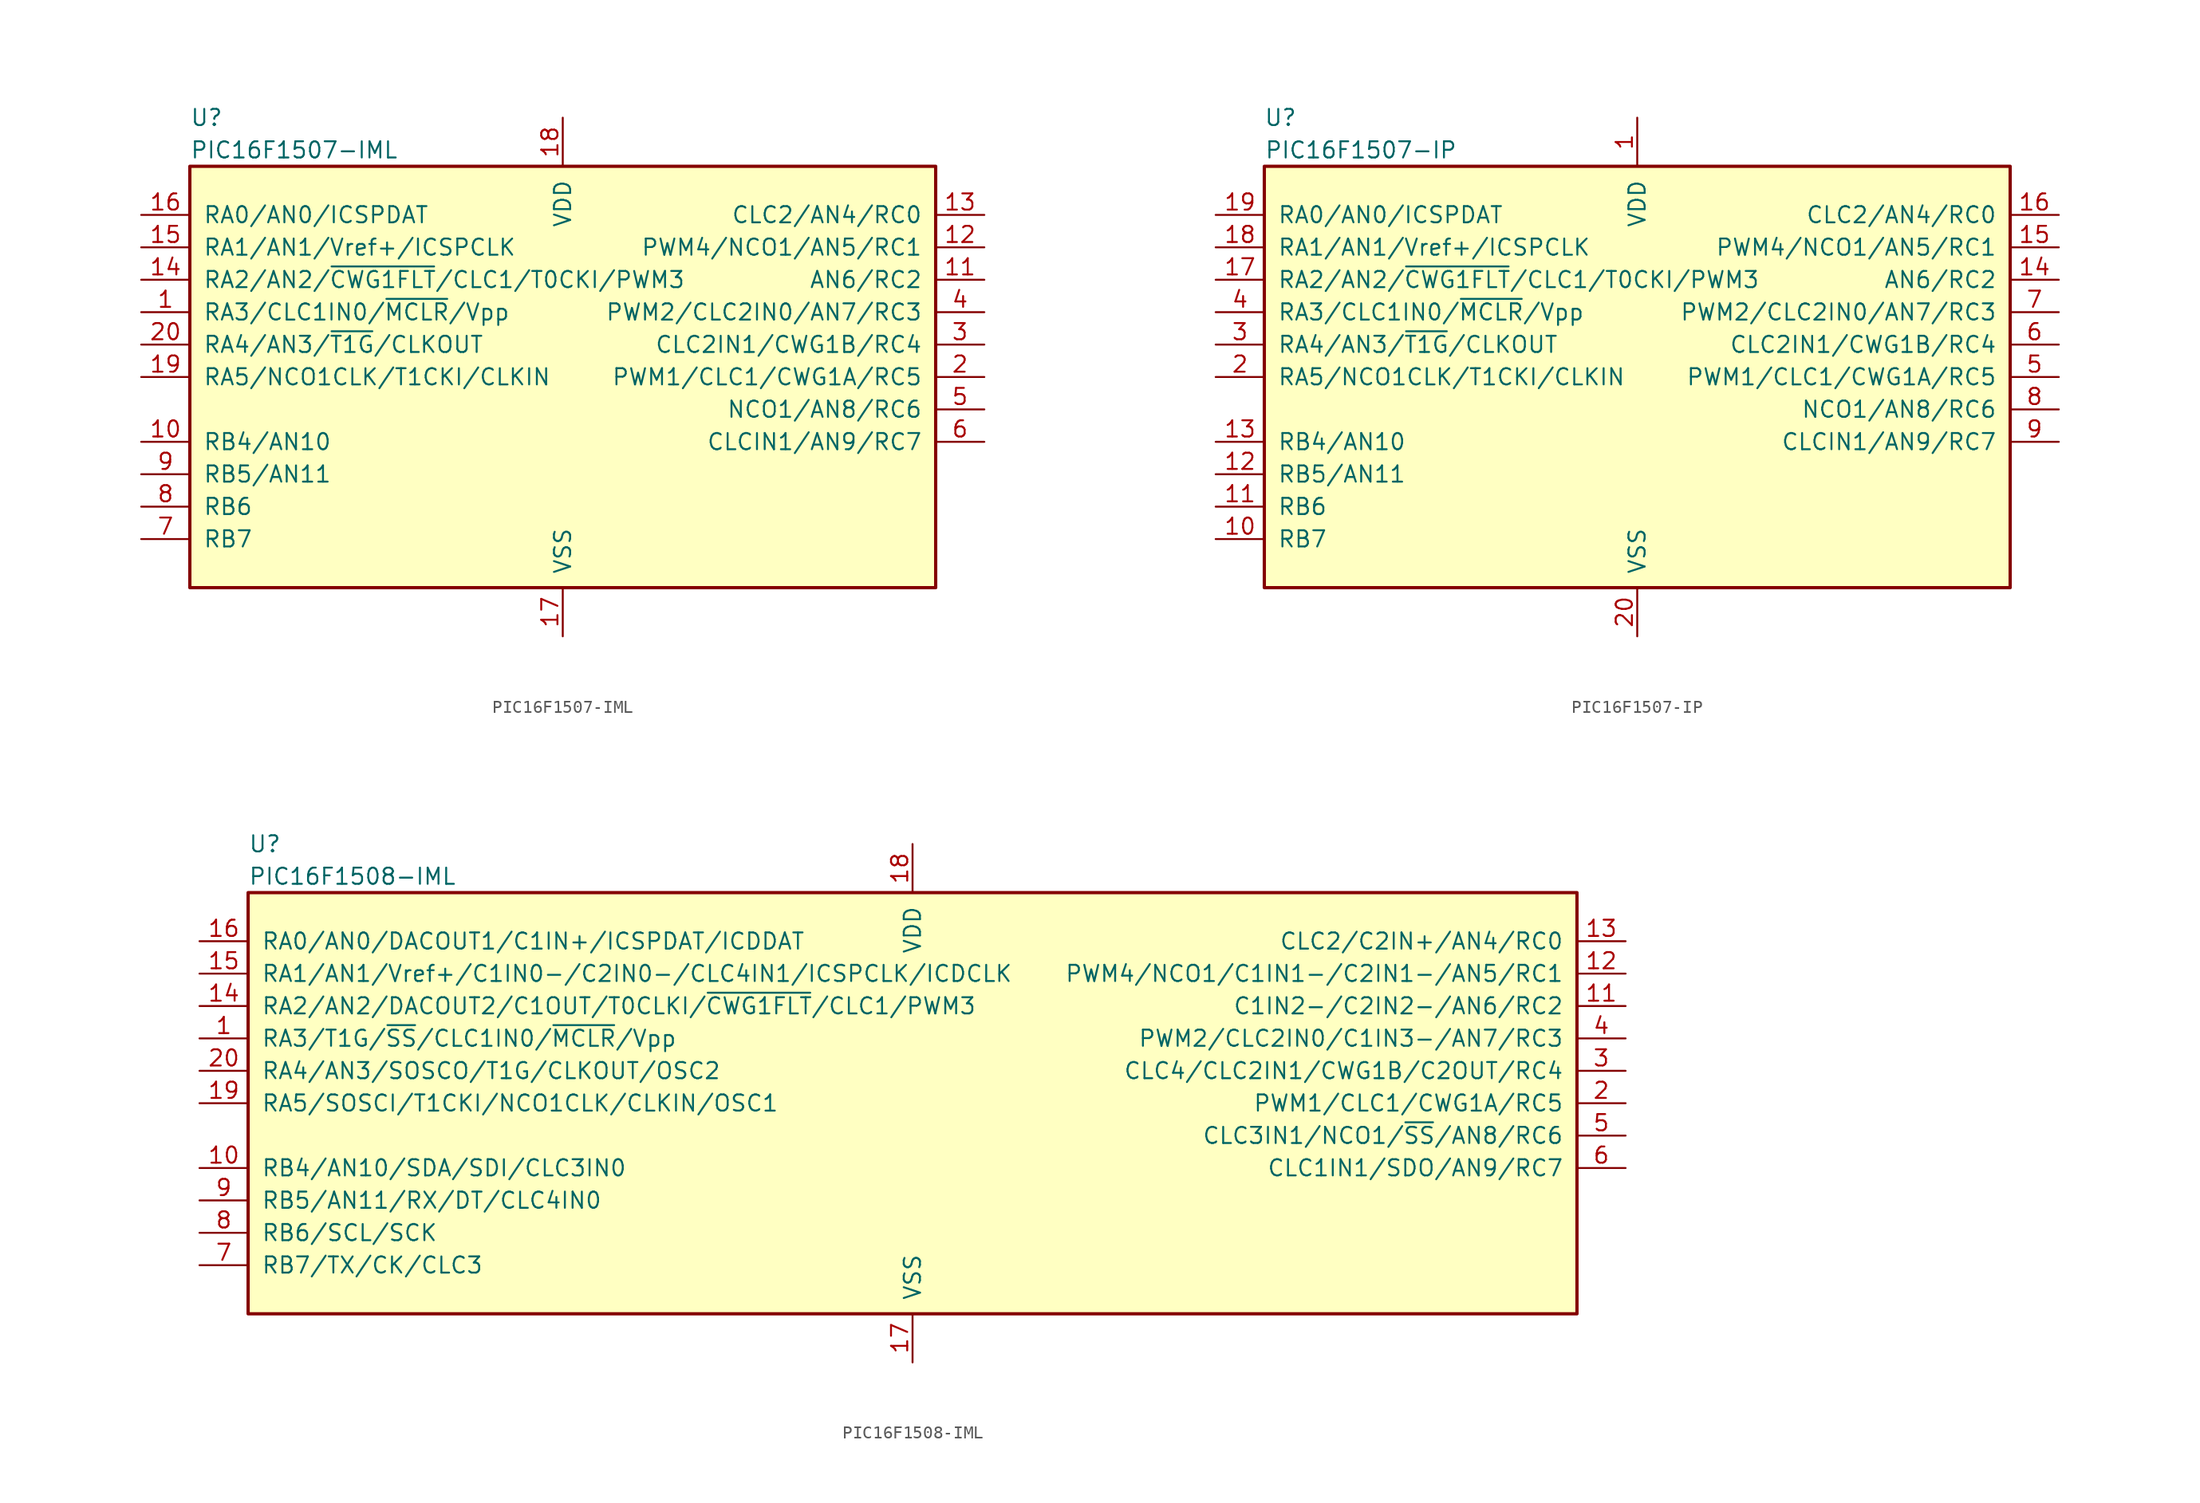
<source format=kicad_sym>
(kicad_symbol_lib
  (version 20201005)
  (generator kicad_symbol_editor)
  (symbol "PIC16F1507-IML"
    (pin_names
      (offset 1.016))
    (property "Reference" "U"
      (at -29.21 20.32 0)
      (effects (font (size 1.27 1.27)) (justify left)))
    (property "Value" "PIC16F1507-IML"
      (at -29.21 17.78 0)
      (effects (font (size 1.27 1.27)) (justify left)))
    (symbol "PIC16F1507-IML_0_1"
      (rectangle (start -29.21 16.51) (end 29.21 -16.51) (stroke (width 0.254)) (fill (type background))))
    (symbol "PIC16F1507-IML_1_1"
      (pin input line (at -33.02 5.08 0) (length 3.81) (name "RA3/CLC1IN0/~MCLR~/Vpp" (effects (font (size 1.27 1.27)))) (number "1" (effects (font (size 1.27 1.27)))))
      (pin bidirectional line (at -33.02 -5.08 0) (length 3.81) (name "RB4/AN10" (effects (font (size 1.27 1.27)))) (number "10" (effects (font (size 1.27 1.27)))))
      (pin bidirectional line (at 33.02 7.62 180) (length 3.81) (name "AN6/RC2" (effects (font (size 1.27 1.27)))) (number "11" (effects (font (size 1.27 1.27)))))
      (pin bidirectional line (at 33.02 10.16 180) (length 3.81) (name "PWM4/NCO1/AN5/RC1" (effects (font (size 1.27 1.27)))) (number "12" (effects (font (size 1.27 1.27)))))
      (pin bidirectional line (at 33.02 12.7 180) (length 3.81) (name "CLC2/AN4/RC0" (effects (font (size 1.27 1.27)))) (number "13" (effects (font (size 1.27 1.27)))))
      (pin bidirectional line (at -33.02 7.62 0) (length 3.81) (name "RA2/AN2/~CWG1FLT~/CLC1/T0CKI/PWM3" (effects (font (size 1.27 1.27)))) (number "14" (effects (font (size 1.27 1.27)))))
      (pin bidirectional line (at -33.02 10.16 0) (length 3.81) (name "RA1/AN1/Vref+/ICSPCLK" (effects (font (size 1.27 1.27)))) (number "15" (effects (font (size 1.27 1.27)))))
      (pin bidirectional line (at -33.02 12.7 0) (length 3.81) (name "RA0/AN0/ICSPDAT" (effects (font (size 1.27 1.27)))) (number "16" (effects (font (size 1.27 1.27)))))
      (pin power_in line (at 0 -20.32 90) (length 3.81) (name "VSS" (effects (font (size 1.27 1.27)))) (number "17" (effects (font (size 1.27 1.27)))))
      (pin power_in line (at 0 20.32 270) (length 3.81) (name "VDD" (effects (font (size 1.27 1.27)))) (number "18" (effects (font (size 1.27 1.27)))))
      (pin bidirectional line (at -33.02 0 0) (length 3.81) (name "RA5/NCO1CLK/T1CKI/CLKIN" (effects (font (size 1.27 1.27)))) (number "19" (effects (font (size 1.27 1.27)))))
      (pin bidirectional line (at 33.02 0 180) (length 3.81) (name "PWM1/CLC1/CWG1A/RC5" (effects (font (size 1.27 1.27)))) (number "2" (effects (font (size 1.27 1.27)))))
      (pin bidirectional line (at -33.02 2.54 0) (length 3.81) (name "RA4/AN3/~T1G~/CLKOUT" (effects (font (size 1.27 1.27)))) (number "20" (effects (font (size 1.27 1.27)))))
      (pin bidirectional line (at 33.02 2.54 180) (length 3.81) (name "CLC2IN1/CWG1B/RC4" (effects (font (size 1.27 1.27)))) (number "3" (effects (font (size 1.27 1.27)))))
      (pin bidirectional line (at 33.02 5.08 180) (length 3.81) (name "PWM2/CLC2IN0/AN7/RC3" (effects (font (size 1.27 1.27)))) (number "4" (effects (font (size 1.27 1.27)))))
      (pin bidirectional line (at 33.02 -2.54 180) (length 3.81) (name "NCO1/AN8/RC6" (effects (font (size 1.27 1.27)))) (number "5" (effects (font (size 1.27 1.27)))))
      (pin bidirectional line (at 33.02 -5.08 180) (length 3.81) (name "CLCIN1/AN9/RC7" (effects (font (size 1.27 1.27)))) (number "6" (effects (font (size 1.27 1.27)))))
      (pin bidirectional line (at -33.02 -12.7 0) (length 3.81) (name "RB7" (effects (font (size 1.27 1.27)))) (number "7" (effects (font (size 1.27 1.27)))))
      (pin bidirectional line (at -33.02 -10.16 0) (length 3.81) (name "RB6" (effects (font (size 1.27 1.27)))) (number "8" (effects (font (size 1.27 1.27)))))
      (pin bidirectional line (at -33.02 -7.62 0) (length 3.81) (name "RB5/AN11" (effects (font (size 1.27 1.27)))) (number "9" (effects (font (size 1.27 1.27)))))))
  (symbol "PIC16F1507-IP"
    (pin_names
      (offset 1.016))
    (property "Reference" "U"
      (at -27.94 20.32 0)
      (effects (font (size 1.27 1.27))))
    (property "Value" "PIC16F1507-IP"
      (at -29.21 17.78 0)
      (effects (font (size 1.27 1.27)) (justify left)))
    (symbol "PIC16F1507-IP_0_1"
      (rectangle (start -29.21 16.51) (end 29.21 -16.51) (stroke (width 0.254)) (fill (type background))))
    (symbol "PIC16F1507-IP_1_1"
      (pin power_in line (at 0 20.32 270) (length 3.81) (name "VDD" (effects (font (size 1.27 1.27)))) (number "1" (effects (font (size 1.27 1.27)))))
      (pin bidirectional line (at -33.02 -12.7 0) (length 3.81) (name "RB7" (effects (font (size 1.27 1.27)))) (number "10" (effects (font (size 1.27 1.27)))))
      (pin bidirectional line (at -33.02 -10.16 0) (length 3.81) (name "RB6" (effects (font (size 1.27 1.27)))) (number "11" (effects (font (size 1.27 1.27)))))
      (pin bidirectional line (at -33.02 -7.62 0) (length 3.81) (name "RB5/AN11" (effects (font (size 1.27 1.27)))) (number "12" (effects (font (size 1.27 1.27)))))
      (pin bidirectional line (at -33.02 -5.08 0) (length 3.81) (name "RB4/AN10" (effects (font (size 1.27 1.27)))) (number "13" (effects (font (size 1.27 1.27)))))
      (pin bidirectional line (at 33.02 7.62 180) (length 3.81) (name "AN6/RC2" (effects (font (size 1.27 1.27)))) (number "14" (effects (font (size 1.27 1.27)))))
      (pin bidirectional line (at 33.02 10.16 180) (length 3.81) (name "PWM4/NCO1/AN5/RC1" (effects (font (size 1.27 1.27)))) (number "15" (effects (font (size 1.27 1.27)))))
      (pin bidirectional line (at 33.02 12.7 180) (length 3.81) (name "CLC2/AN4/RC0" (effects (font (size 1.27 1.27)))) (number "16" (effects (font (size 1.27 1.27)))))
      (pin bidirectional line (at -33.02 7.62 0) (length 3.81) (name "RA2/AN2/~CWG1FLT~/CLC1/T0CKI/PWM3" (effects (font (size 1.27 1.27)))) (number "17" (effects (font (size 1.27 1.27)))))
      (pin bidirectional line (at -33.02 10.16 0) (length 3.81) (name "RA1/AN1/Vref+/ICSPCLK" (effects (font (size 1.27 1.27)))) (number "18" (effects (font (size 1.27 1.27)))))
      (pin bidirectional line (at -33.02 12.7 0) (length 3.81) (name "RA0/AN0/ICSPDAT" (effects (font (size 1.27 1.27)))) (number "19" (effects (font (size 1.27 1.27)))))
      (pin bidirectional line (at -33.02 0 0) (length 3.81) (name "RA5/NCO1CLK/T1CKI/CLKIN" (effects (font (size 1.27 1.27)))) (number "2" (effects (font (size 1.27 1.27)))))
      (pin power_in line (at 0 -20.32 90) (length 3.81) (name "VSS" (effects (font (size 1.27 1.27)))) (number "20" (effects (font (size 1.27 1.27)))))
      (pin bidirectional line (at -33.02 2.54 0) (length 3.81) (name "RA4/AN3/~T1G~/CLKOUT" (effects (font (size 1.27 1.27)))) (number "3" (effects (font (size 1.27 1.27)))))
      (pin input line (at -33.02 5.08 0) (length 3.81) (name "RA3/CLC1IN0/~MCLR~/Vpp" (effects (font (size 1.27 1.27)))) (number "4" (effects (font (size 1.27 1.27)))))
      (pin bidirectional line (at 33.02 0 180) (length 3.81) (name "PWM1/CLC1/CWG1A/RC5" (effects (font (size 1.27 1.27)))) (number "5" (effects (font (size 1.27 1.27)))))
      (pin bidirectional line (at 33.02 2.54 180) (length 3.81) (name "CLC2IN1/CWG1B/RC4" (effects (font (size 1.27 1.27)))) (number "6" (effects (font (size 1.27 1.27)))))
      (pin bidirectional line (at 33.02 5.08 180) (length 3.81) (name "PWM2/CLC2IN0/AN7/RC3" (effects (font (size 1.27 1.27)))) (number "7" (effects (font (size 1.27 1.27)))))
      (pin bidirectional line (at 33.02 -2.54 180) (length 3.81) (name "NCO1/AN8/RC6" (effects (font (size 1.27 1.27)))) (number "8" (effects (font (size 1.27 1.27)))))
      (pin bidirectional line (at 33.02 -5.08 180) (length 3.81) (name "CLCIN1/AN9/RC7" (effects (font (size 1.27 1.27)))) (number "9" (effects (font (size 1.27 1.27)))))))
  (symbol "PIC16F1508-IML"
    (pin_names
      (offset 1.016))
    (property "Reference" "U"
      (at -52.07 20.32 0)
      (effects (font (size 1.27 1.27)) (justify left)))
    (property "Value" "PIC16F1508-IML"
      (at -52.07 17.78 0)
      (effects (font (size 1.27 1.27)) (justify left)))
    (symbol "PIC16F1508-IML_0_1"
      (rectangle (start -52.07 16.51) (end 52.07 -16.51) (stroke (width 0.254)) (fill (type background))))
    (symbol "PIC16F1508-IML_1_1"
      (pin input line (at -55.88 5.08 0) (length 3.81) (name "RA3/T1G/~SS~/CLC1IN0/~MCLR~/Vpp" (effects (font (size 1.27 1.27)))) (number "1" (effects (font (size 1.27 1.27)))))
      (pin bidirectional line (at -55.88 -5.08 0) (length 3.81) (name "RB4/AN10/SDA/SDI/CLC3IN0" (effects (font (size 1.27 1.27)))) (number "10" (effects (font (size 1.27 1.27)))))
      (pin bidirectional line (at 55.88 7.62 180) (length 3.81) (name "C1IN2-/C2IN2-/AN6/RC2" (effects (font (size 1.27 1.27)))) (number "11" (effects (font (size 1.27 1.27)))))
      (pin bidirectional line (at 55.88 10.16 180) (length 3.81) (name "PWM4/NCO1/C1IN1-/C2IN1-/AN5/RC1" (effects (font (size 1.27 1.27)))) (number "12" (effects (font (size 1.27 1.27)))))
      (pin bidirectional line (at 55.88 12.7 180) (length 3.81) (name "CLC2/C2IN+/AN4/RC0" (effects (font (size 1.27 1.27)))) (number "13" (effects (font (size 1.27 1.27)))))
      (pin bidirectional line (at -55.88 7.62 0) (length 3.81) (name "RA2/AN2/DACOUT2/C1OUT/T0CLKI/~CWG1FLT~/CLC1/PWM3" (effects (font (size 1.27 1.27)))) (number "14" (effects (font (size 1.27 1.27)))))
      (pin bidirectional line (at -55.88 10.16 0) (length 3.81) (name "RA1/AN1/Vref+/C1IN0-/C2IN0-/CLC4IN1/ICSPCLK/ICDCLK" (effects (font (size 1.27 1.27)))) (number "15" (effects (font (size 1.27 1.27)))))
      (pin bidirectional line (at -55.88 12.7 0) (length 3.81) (name "RA0/AN0/DACOUT1/C1IN+/ICSPDAT/ICDDAT" (effects (font (size 1.27 1.27)))) (number "16" (effects (font (size 1.27 1.27)))))
      (pin power_in line (at 0 -20.32 90) (length 3.81) (name "VSS" (effects (font (size 1.27 1.27)))) (number "17" (effects (font (size 1.27 1.27)))))
      (pin power_in line (at 0 20.32 270) (length 3.81) (name "VDD" (effects (font (size 1.27 1.27)))) (number "18" (effects (font (size 1.27 1.27)))))
      (pin bidirectional line (at -55.88 0 0) (length 3.81) (name "RA5/SOSCI/T1CKI/NCO1CLK/CLKIN/OSC1" (effects (font (size 1.27 1.27)))) (number "19" (effects (font (size 1.27 1.27)))))
      (pin bidirectional line (at 55.88 0 180) (length 3.81) (name "PWM1/CLC1/CWG1A/RC5" (effects (font (size 1.27 1.27)))) (number "2" (effects (font (size 1.27 1.27)))))
      (pin bidirectional line (at -55.88 2.54 0) (length 3.81) (name "RA4/AN3/SOSCO/T1G/CLKOUT/OSC2" (effects (font (size 1.27 1.27)))) (number "20" (effects (font (size 1.27 1.27)))))
      (pin bidirectional line (at 55.88 2.54 180) (length 3.81) (name "CLC4/CLC2IN1/CWG1B/C2OUT/RC4" (effects (font (size 1.27 1.27)))) (number "3" (effects (font (size 1.27 1.27)))))
      (pin bidirectional line (at 55.88 5.08 180) (length 3.81) (name "PWM2/CLC2IN0/C1IN3-/AN7/RC3" (effects (font (size 1.27 1.27)))) (number "4" (effects (font (size 1.27 1.27)))))
      (pin bidirectional line (at 55.88 -2.54 180) (length 3.81) (name "CLC3IN1/NCO1/~SS~/AN8/RC6" (effects (font (size 1.27 1.27)))) (number "5" (effects (font (size 1.27 1.27)))))
      (pin bidirectional line (at 55.88 -5.08 180) (length 3.81) (name "CLC1IN1/SDO/AN9/RC7" (effects (font (size 1.27 1.27)))) (number "6" (effects (font (size 1.27 1.27)))))
      (pin bidirectional line (at -55.88 -12.7 0) (length 3.81) (name "RB7/TX/CK/CLC3" (effects (font (size 1.27 1.27)))) (number "7" (effects (font (size 1.27 1.27)))))
      (pin bidirectional line (at -55.88 -10.16 0) (length 3.81) (name "RB6/SCL/SCK" (effects (font (size 1.27 1.27)))) (number "8" (effects (font (size 1.27 1.27)))))
      (pin bidirectional line (at -55.88 -7.62 0) (length 3.81) (name "RB5/AN11/RX/DT/CLC4IN0" (effects (font (size 1.27 1.27)))) (number "9" (effects (font (size 1.27 1.27))))))))
</source>
